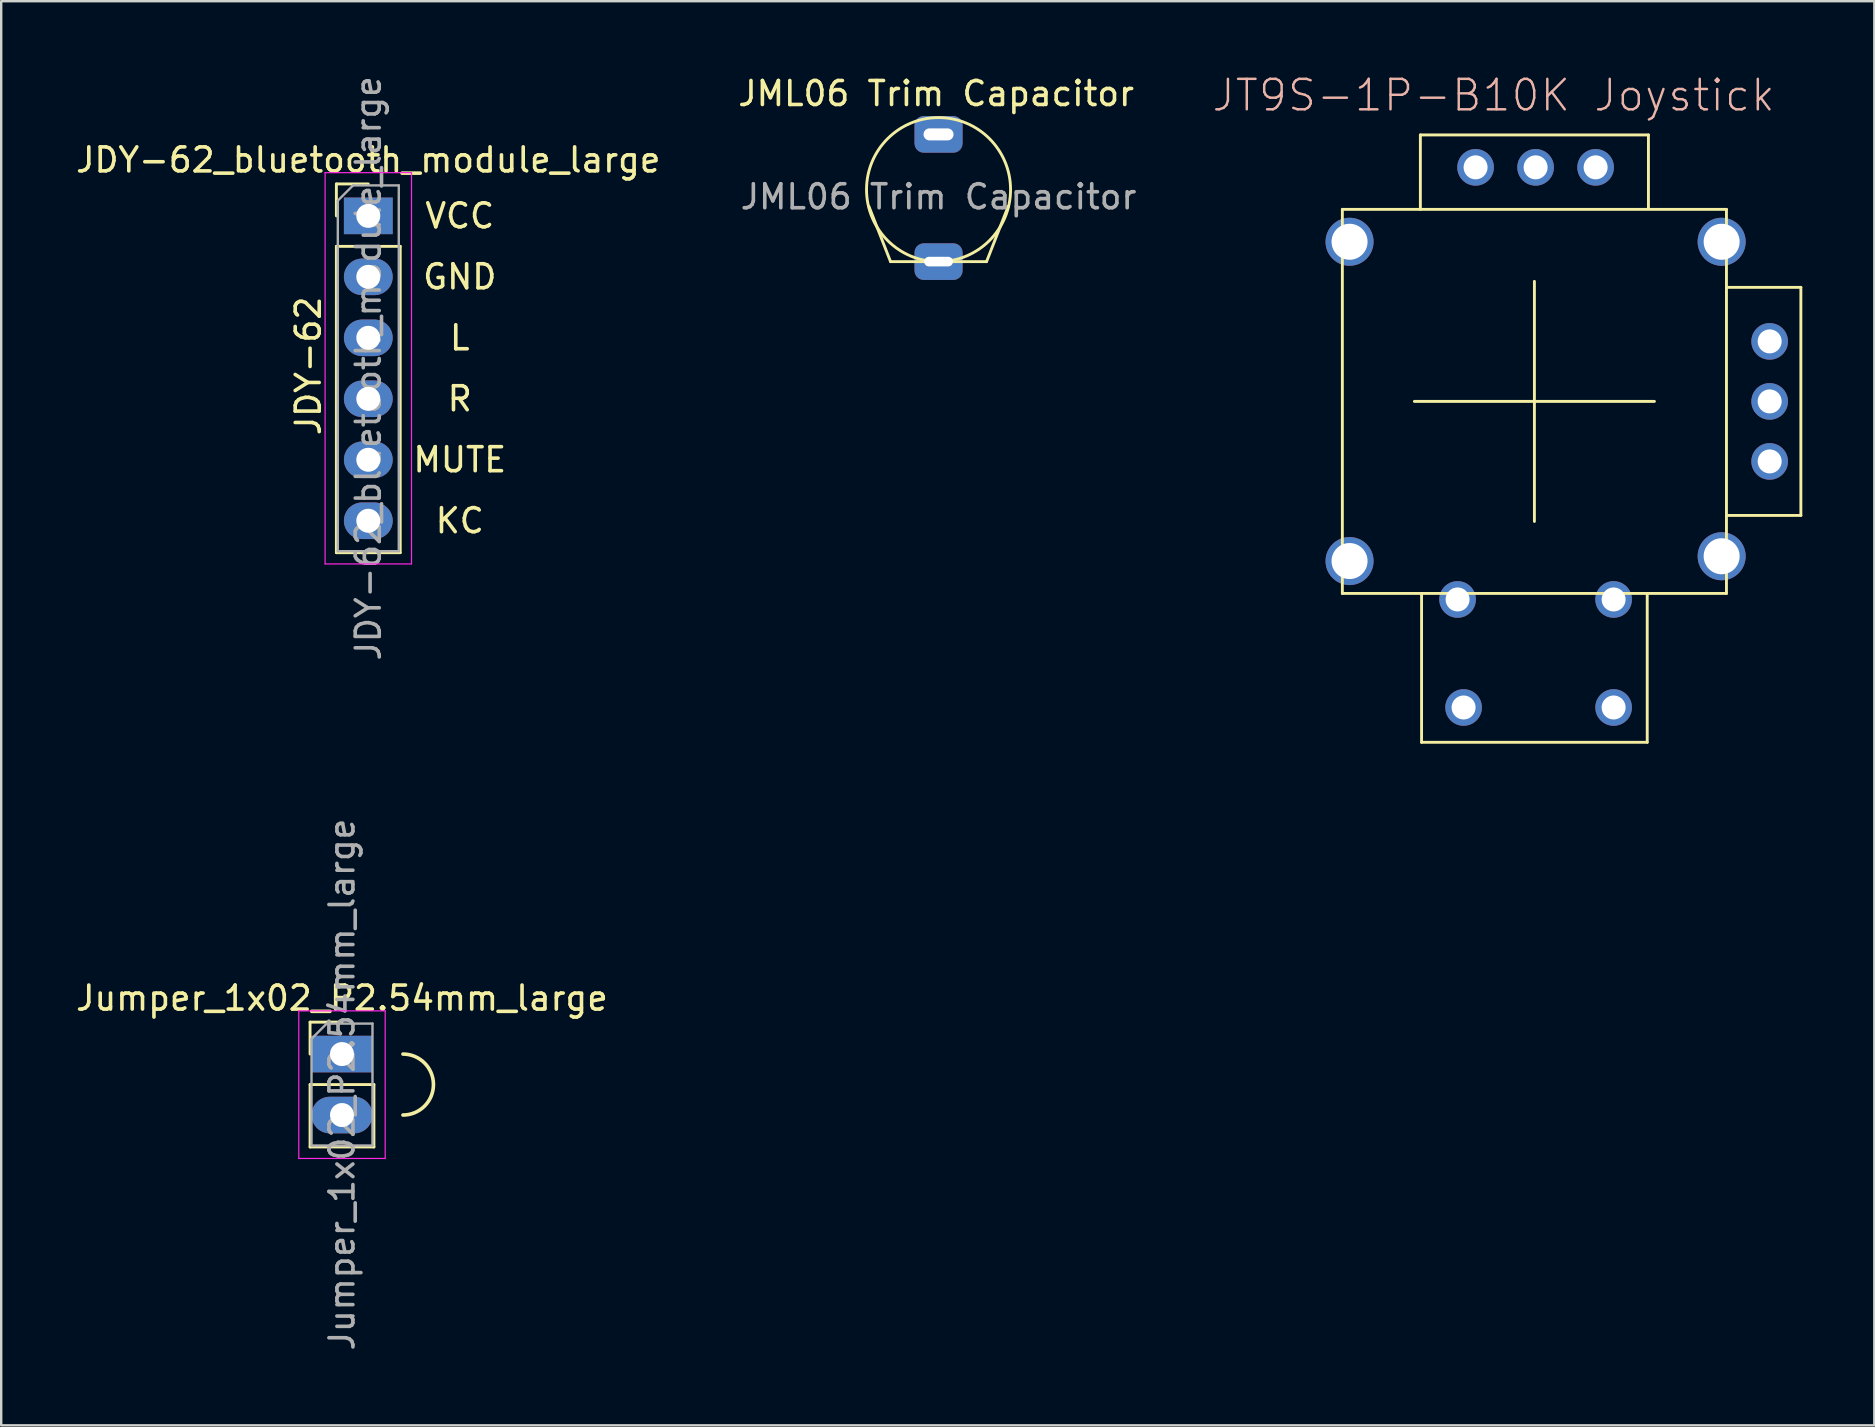
<source format=kicad_pcb>
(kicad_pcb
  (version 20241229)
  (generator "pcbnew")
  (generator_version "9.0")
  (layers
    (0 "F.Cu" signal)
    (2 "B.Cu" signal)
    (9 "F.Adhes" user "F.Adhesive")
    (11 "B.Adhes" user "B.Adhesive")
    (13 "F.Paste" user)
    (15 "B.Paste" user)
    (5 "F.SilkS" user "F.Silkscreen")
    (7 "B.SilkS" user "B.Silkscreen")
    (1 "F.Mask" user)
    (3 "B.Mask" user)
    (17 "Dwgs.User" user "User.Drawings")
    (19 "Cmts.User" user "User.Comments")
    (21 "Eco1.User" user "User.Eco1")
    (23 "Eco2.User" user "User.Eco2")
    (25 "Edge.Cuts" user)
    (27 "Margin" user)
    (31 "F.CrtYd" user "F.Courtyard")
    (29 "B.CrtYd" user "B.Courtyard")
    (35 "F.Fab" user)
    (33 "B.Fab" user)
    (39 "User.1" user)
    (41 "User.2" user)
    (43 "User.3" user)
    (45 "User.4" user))
  (footprint "JML06 Trim Capacitor"
    (layer "F.Cu")
    (at 36.046 7.848)
    (property "Reference" "JML06 Trim Capacitor" (at -0.1 -7 0) (unlocked yes) (layer "F.SilkS") (effects (font (size 1 1) (thickness 0.15))))
    (attr through_hole)
    (fp_line (start -2 0) (end -2.9 -2.3) (stroke (width 0.12) (type solid)) (layer "F.SilkS"))
    (fp_line (start -2 0) (end 2 0) (stroke (width 0.12) (type solid)) (layer "F.SilkS"))
    (fp_line (start 2 0) (end 2.9 -2.3) (stroke (width 0.12) (type solid)) (layer "F.SilkS"))
    (fp_circle (center 0 -3) (end 3 -3) (stroke (width 0.12) (type solid)) (fill no) (layer "F.SilkS"))
    (fp_text user "${REFERENCE}" (at 0 -2.7 0) (unlocked yes) (layer "F.Fab") (effects (font (size 1 1) (thickness 0.15))))
    (pad "1" thru_hole roundrect (at 0 0) (size 2 1.524) (drill oval 1.2 0.4) (layers "*.Cu" "*.Mask") (roundrect_rratio 0.25))
    (pad "2" thru_hole roundrect (at 0 -5.3) (size 2 1.524) (drill oval 1.25 0.5) (layers "*.Cu" "*.Mask") (roundrect_rratio 0.25)))
  (footprint "Jumper_1x02_P2.54mm_large"
    (layer "F.Cu")
    (at 11.196 40.858)
    (property "Reference" "Jumper_1x02_P2.54mm_large" (at 0 -2.33 0) (layer "F.SilkS") (effects (font (size 1 1) (thickness 0.15))))
    (attr through_hole)
    (fp_line (start -1.33 -1.33) (end 0 -1.33) (stroke (width 0.12) (type solid)) (layer "F.SilkS"))
    (fp_line (start -1.33 0) (end -1.33 -1.33) (stroke (width 0.12) (type solid)) (layer "F.SilkS"))
    (fp_line (start -1.33 1.27) (end -1.33 3.87) (stroke (width 0.12) (type solid)) (layer "F.SilkS"))
    (fp_line (start -1.33 1.27) (end 1.33 1.27) (stroke (width 0.12) (type solid)) (layer "F.SilkS"))
    (fp_line (start -1.33 3.87) (end 1.33 3.87) (stroke (width 0.12) (type solid)) (layer "F.SilkS"))
    (fp_line (start 1.33 1.27) (end 1.33 3.87) (stroke (width 0.12) (type solid)) (layer "F.SilkS"))
    (fp_arc (start 2.54 0) (mid 3.81 1.27) (end 2.54 2.54) (stroke (width 0.15) (type solid)) (layer "F.SilkS"))
    (fp_line (start -1.8 -1.8) (end -1.8 4.35) (stroke (width 0.05) (type solid)) (layer "F.CrtYd"))
    (fp_line (start -1.8 4.35) (end 1.8 4.35) (stroke (width 0.05) (type solid)) (layer "F.CrtYd"))
    (fp_line (start 1.8 -1.8) (end -1.8 -1.8) (stroke (width 0.05) (type solid)) (layer "F.CrtYd"))
    (fp_line (start 1.8 4.35) (end 1.8 -1.8) (stroke (width 0.05) (type solid)) (layer "F.CrtYd"))
    (fp_line (start -1.27 -0.635) (end -0.635 -1.27) (stroke (width 0.1) (type solid)) (layer "F.Fab"))
    (fp_line (start -1.27 3.81) (end -1.27 -0.635) (stroke (width 0.1) (type solid)) (layer "F.Fab"))
    (fp_line (start -0.635 -1.27) (end 1.27 -1.27) (stroke (width 0.1) (type solid)) (layer "F.Fab"))
    (fp_line (start 1.27 -1.27) (end 1.27 3.81) (stroke (width 0.1) (type solid)) (layer "F.Fab"))
    (fp_line (start 1.27 3.81) (end -1.27 3.81) (stroke (width 0.1) (type solid)) (layer "F.Fab"))
    (fp_text user "${REFERENCE}" (at 0 1.27 90) (layer "F.Fab") (effects (font (size 1 1) (thickness 0.15))))
    (pad "1" thru_hole rect (at 0 0) (size 2.54 1.524) (drill 1) (layers "*.Cu" "*.Mask"))
    (pad "2" thru_hole oval (at 0 2.54) (size 2.54 1.524) (drill 1) (layers "*.Cu" "*.Mask")))
  (footprint "JT9S-1P-B10K Joystick"
    (layer "F.Cu")
    (at 60.867 2.571)
    (property "Reference" "JT9S-1P-B10K Joystick" (at -1.7 -1.65 0) (layer "B.SilkS") (effects (font (size 1.27 1.27) (thickness 0.102))))
    (attr exclude_from_pos_files exclude_from_bom)
    (fp_line (start -8 3.1) (end 8 3.1) (stroke (width 0.12) (type default)) (layer "F.SilkS"))
    (fp_line (start -8 19.1) (end -8 3.1) (stroke (width 0.12) (type default)) (layer "F.SilkS"))
    (fp_line (start -4.75 0) (end -4.75 3.1) (stroke (width 0.12) (type default)) (layer "F.SilkS"))
    (fp_line (start -4.75 0) (end 4.75 0) (stroke (width 0.12) (type default)) (layer "F.SilkS"))
    (fp_line (start -4.7 25.3) (end -4.7 19.15) (stroke (width 0.12) (type default)) (layer "F.SilkS"))
    (fp_line (start -4.7 25.3) (end 4.7 25.3) (stroke (width 0.12) (type default)) (layer "F.SilkS"))
    (fp_line (start 0 11.1) (end -5 11.1) (stroke (width 0.12) (type default)) (layer "F.SilkS"))
    (fp_line (start 0 11.1) (end 0 6.1) (stroke (width 0.12) (type default)) (layer "F.SilkS"))
    (fp_line (start 0 11.1) (end 0 16.1) (stroke (width 0.12) (type default)) (layer "F.SilkS"))
    (fp_line (start 0 11.1) (end 5 11.1) (stroke (width 0.12) (type default)) (layer "F.SilkS"))
    (fp_line (start 4.7 25.3) (end 4.7 19.15) (stroke (width 0.12) (type default)) (layer "F.SilkS"))
    (fp_line (start 4.75 0) (end 4.75 3.05) (stroke (width 0.12) (type default)) (layer "F.SilkS"))
    (fp_line (start 8 3.1) (end 8 19.1) (stroke (width 0.12) (type default)) (layer "F.SilkS"))
    (fp_line (start 8 19.1) (end -8 19.1) (stroke (width 0.12) (type default)) (layer "F.SilkS"))
    (fp_line (start 11.1 6.35) (end 8 6.35) (stroke (width 0.12) (type default)) (layer "F.SilkS"))
    (fp_line (start 11.1 6.35) (end 11.1 15.85) (stroke (width 0.12) (type default)) (layer "F.SilkS"))
    (fp_line (start 11.1 15.85) (end 8.05 15.85) (stroke (width 0.12) (type default)) (layer "F.SilkS"))
    (pad "B1A" thru_hole circle (at 3.3 23.85) (size 1.524 1.524) (drill 1) (layers "*.Cu" "*.Mask"))
    (pad "B1B" thru_hole circle (at -2.95 23.85) (size 1.524 1.524) (drill 1) (layers "*.Cu" "*.Mask"))
    (pad "B2A" thru_hole circle (at 3.3 19.35) (size 1.524 1.524) (drill 1) (layers "*.Cu" "*.Mask"))
    (pad "B2B" thru_hole circle (at -3.2 19.35) (size 1.524 1.524) (drill 1) (layers "*.Cu" "*.Mask"))
    (pad "H1" thru_hole circle (at 2.55 1.35) (size 1.524 1.524) (drill 1) (layers "*.Cu" "*.Mask"))
    (pad "H2" thru_hole circle (at 0.05 1.35) (size 1.524 1.524) (drill 1) (layers "*.Cu" "*.Mask"))
    (pad "H3" thru_hole circle (at -2.45 1.35) (size 1.524 1.524) (drill 1) (layers "*.Cu" "*.Mask"))
    (pad "MOUN" thru_hole circle (at -7.7 4.45) (size 2 2) (drill 1.5) (layers "*.Cu" "*.Mask"))
    (pad "MOUN" thru_hole circle (at -7.7 17.75) (size 2 2) (drill 1.5) (layers "*.Cu" "*.Mask"))
    (pad "MOUN" thru_hole circle (at 7.8 4.45) (size 2 2) (drill 1.5) (layers "*.Cu" "*.Mask"))
    (pad "MOUN" thru_hole circle (at 7.8 17.55) (size 2 2) (drill 1.5) (layers "*.Cu" "*.Mask"))
    (pad "V1" thru_hole circle (at 9.8 13.6) (size 1.524 1.524) (drill 1) (layers "*.Cu" "*.Mask"))
    (pad "V2" thru_hole circle (at 9.8 11.1) (size 1.524 1.524) (drill 1) (layers "*.Cu" "*.Mask"))
    (pad "V3" thru_hole circle (at 9.8 8.6) (size 1.524 1.524) (drill 1) (layers "*.Cu" "*.Mask")))
  (footprint "JDY-62_bluetooth_module_large"
    (layer "F.Cu")
    (at 12.292 5.942)
    (property "Reference" "JDY-62_bluetooth_module_large" (at 0 -2.33 0) (layer "F.SilkS") (effects (font (size 1 1) (thickness 0.15))))
    (attr through_hole)
    (fp_line (start -1.33 -1.33) (end 0 -1.33) (stroke (width 0.12) (type solid)) (layer "F.SilkS"))
    (fp_line (start -1.33 0) (end -1.33 -1.33) (stroke (width 0.12) (type solid)) (layer "F.SilkS"))
    (fp_line (start -1.33 1.27) (end -1.33 14.03) (stroke (width 0.12) (type solid)) (layer "F.SilkS"))
    (fp_line (start -1.33 1.27) (end 1.33 1.27) (stroke (width 0.12) (type solid)) (layer "F.SilkS"))
    (fp_line (start -1.33 14.03) (end 1.33 14.03) (stroke (width 0.12) (type solid)) (layer "F.SilkS"))
    (fp_line (start 1.33 1.27) (end 1.33 14.03) (stroke (width 0.12) (type solid)) (layer "F.SilkS"))
    (fp_line (start -1.8 -1.8) (end -1.8 14.5) (stroke (width 0.05) (type solid)) (layer "F.CrtYd"))
    (fp_line (start -1.8 14.5) (end 1.8 14.5) (stroke (width 0.05) (type solid)) (layer "F.CrtYd"))
    (fp_line (start 1.8 -1.8) (end -1.8 -1.8) (stroke (width 0.05) (type solid)) (layer "F.CrtYd"))
    (fp_line (start 1.8 14.5) (end 1.8 -1.8) (stroke (width 0.05) (type solid)) (layer "F.CrtYd"))
    (fp_line (start -1.27 -0.635) (end -0.635 -1.27) (stroke (width 0.1) (type solid)) (layer "F.Fab"))
    (fp_line (start -1.27 13.97) (end -1.27 -0.635) (stroke (width 0.1) (type solid)) (layer "F.Fab"))
    (fp_line (start -0.635 -1.27) (end 1.27 -1.27) (stroke (width 0.1) (type solid)) (layer "F.Fab"))
    (fp_line (start 1.27 -1.27) (end 1.27 13.97) (stroke (width 0.1) (type solid)) (layer "F.Fab"))
    (fp_line (start 1.27 13.97) (end -1.27 13.97) (stroke (width 0.1) (type solid)) (layer "F.Fab"))
    (fp_text user "MUTE" (at 3.81 10.16 0) (layer "F.SilkS") (effects (font (size 1 1) (thickness 0.15))))
    (fp_text user "R" (at 3.81 7.62 0) (layer "F.SilkS") (effects (font (size 1 1) (thickness 0.15))))
    (fp_text user "KC" (at 3.81 12.7 0) (layer "F.SilkS") (effects (font (size 1 1) (thickness 0.15))))
    (fp_text user "VCC" (at 3.81 0 0) (layer "F.SilkS") (effects (font (size 1 1) (thickness 0.15))))
    (fp_text user "GND" (at 3.81 2.54 0) (layer "F.SilkS") (effects (font (size 1 1) (thickness 0.15))))
    (fp_text user "L" (at 3.81 5.08 0) (layer "F.SilkS") (effects (font (size 1 1) (thickness 0.15))))
    (fp_text user "JDY-62" (at -2.5 6.25 90) (layer "F.SilkS") (effects (font (size 1 1) (thickness 0.15))))
    (fp_text user "${REFERENCE}" (at 0 6.35 90) (layer "F.Fab") (effects (font (size 1 1) (thickness 0.15))))
    (pad "1" thru_hole rect (at 0 0) (size 2.032 1.524) (drill 1) (layers "*.Cu" "*.Mask"))
    (pad "2" thru_hole oval (at 0 2.54) (size 2.032 1.524) (drill 1) (layers "*.Cu" "*.Mask"))
    (pad "3" thru_hole oval (at 0 5.08) (size 2.032 1.524) (drill 1) (layers "*.Cu" "*.Mask"))
    (pad "4" thru_hole oval (at 0 7.62) (size 2.032 1.524) (drill 1) (layers "*.Cu" "*.Mask"))
    (pad "5" thru_hole oval (at 0 10.16) (size 2.032 1.524) (drill 1) (layers "*.Cu" "*.Mask"))
    (pad "6" thru_hole oval (at 0 12.7) (size 2.032 1.524) (drill 1) (layers "*.Cu" "*.Mask")))
  (gr_rect
    (start -3 -3)
    (end 75.027 56.324)
    (stroke (width 0.1) (type default))
    (fill no)
    (layer "Edge.Cuts")))
</source>
